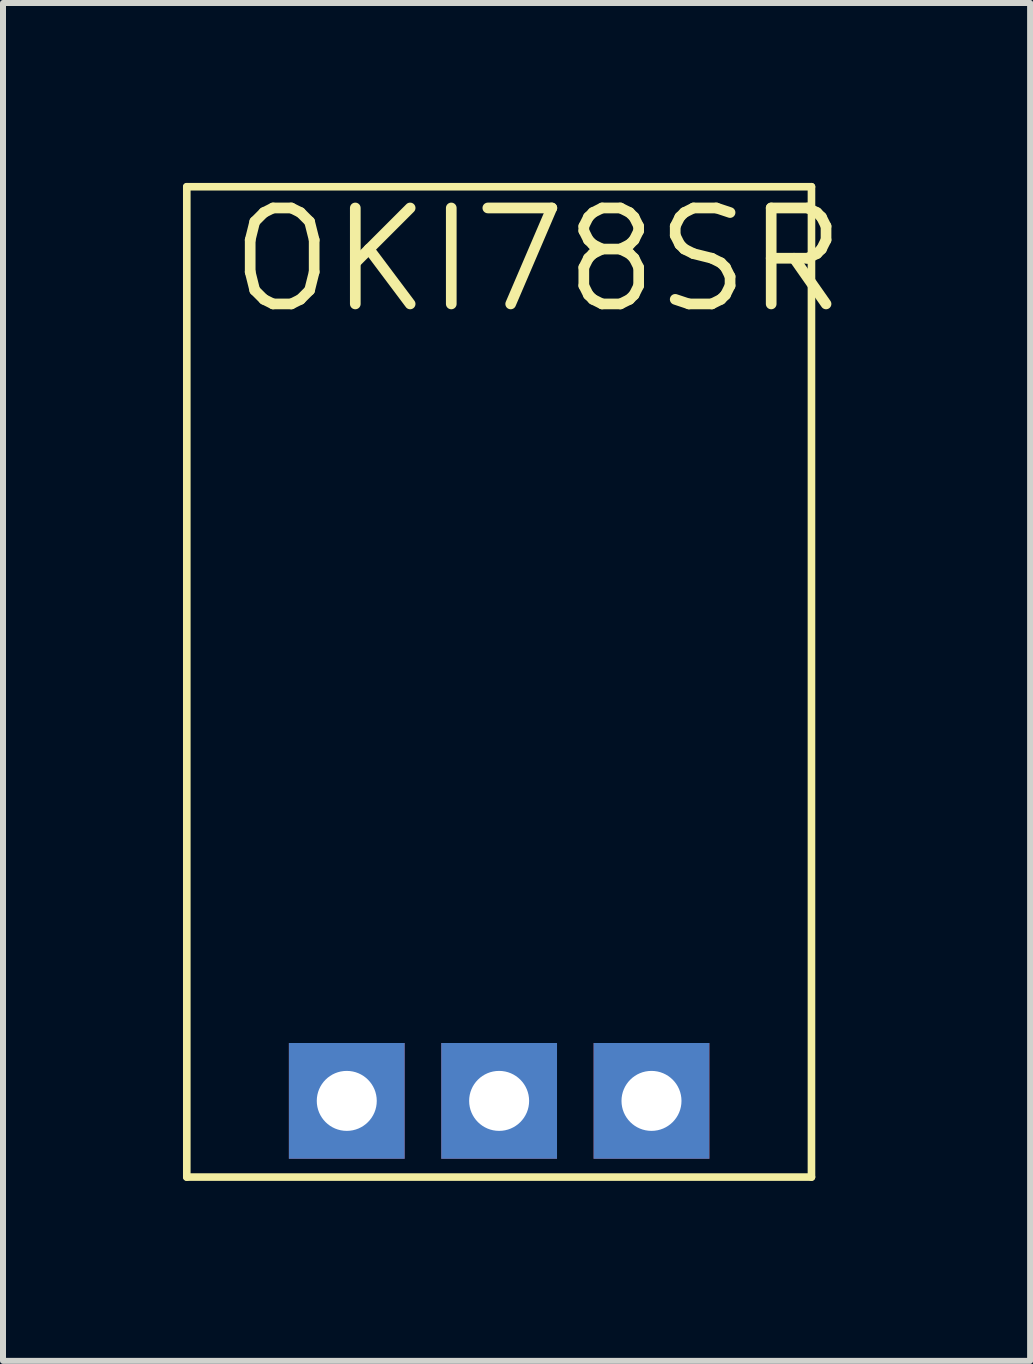
<source format=kicad_pcb>
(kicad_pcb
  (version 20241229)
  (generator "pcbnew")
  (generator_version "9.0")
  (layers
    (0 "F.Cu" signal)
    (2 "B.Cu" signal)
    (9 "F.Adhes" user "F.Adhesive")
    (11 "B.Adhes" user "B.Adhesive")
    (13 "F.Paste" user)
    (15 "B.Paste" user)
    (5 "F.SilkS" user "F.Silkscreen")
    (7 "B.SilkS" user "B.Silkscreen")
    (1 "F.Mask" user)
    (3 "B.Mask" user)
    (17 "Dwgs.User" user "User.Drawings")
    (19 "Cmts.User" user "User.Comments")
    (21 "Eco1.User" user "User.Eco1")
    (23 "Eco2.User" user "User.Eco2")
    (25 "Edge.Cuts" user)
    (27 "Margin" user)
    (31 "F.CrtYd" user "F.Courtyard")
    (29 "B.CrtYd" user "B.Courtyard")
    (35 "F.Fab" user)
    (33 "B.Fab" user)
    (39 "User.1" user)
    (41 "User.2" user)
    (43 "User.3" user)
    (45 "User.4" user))
  (footprint "OKI78SR"
    (layer "F.Cu")
    (at 5.271 15.303)
    (property "Reference" "OKI78SR" (at -4.572 -13.081 0) (layer "F.SilkS") (effects (font (size 1.6 1.6) (thickness 0.178)) (justify left bottom)))
    (fp_line (start -5.207 -15.24) (end 5.207 -15.24) (stroke (width 0.127) (type solid)) (layer "F.SilkS"))
    (fp_line (start -5.207 1.27) (end -5.207 -15.24) (stroke (width 0.127) (type solid)) (layer "F.SilkS"))
    (fp_line (start 5.207 1.27) (end -5.207 1.27) (stroke (width 0.127) (type solid)) (layer "F.SilkS"))
    (fp_line (start 5.207 1.27) (end 5.207 -15.24) (stroke (width 0.127) (type solid)) (layer "F.SilkS"))
    (pad "1" thru_hole rect (at 2.54 0 90) (size 1.93 1.93) (drill 1) (layers "*.Cu" "*.Mask"))
    (pad "2" thru_hole rect (at 0 0 90) (size 1.93 1.93) (drill 1) (layers "*.Cu" "*.Mask"))
    (pad "3" thru_hole rect (at -2.54 0 90) (size 1.93 1.93) (drill 1) (layers "*.Cu" "*.Mask")))
  (gr_rect
    (start -3 -3)
    (end 14.123 19.637)
    (stroke (width 0.1) (type default))
    (fill no)
    (layer "Edge.Cuts")))
</source>
